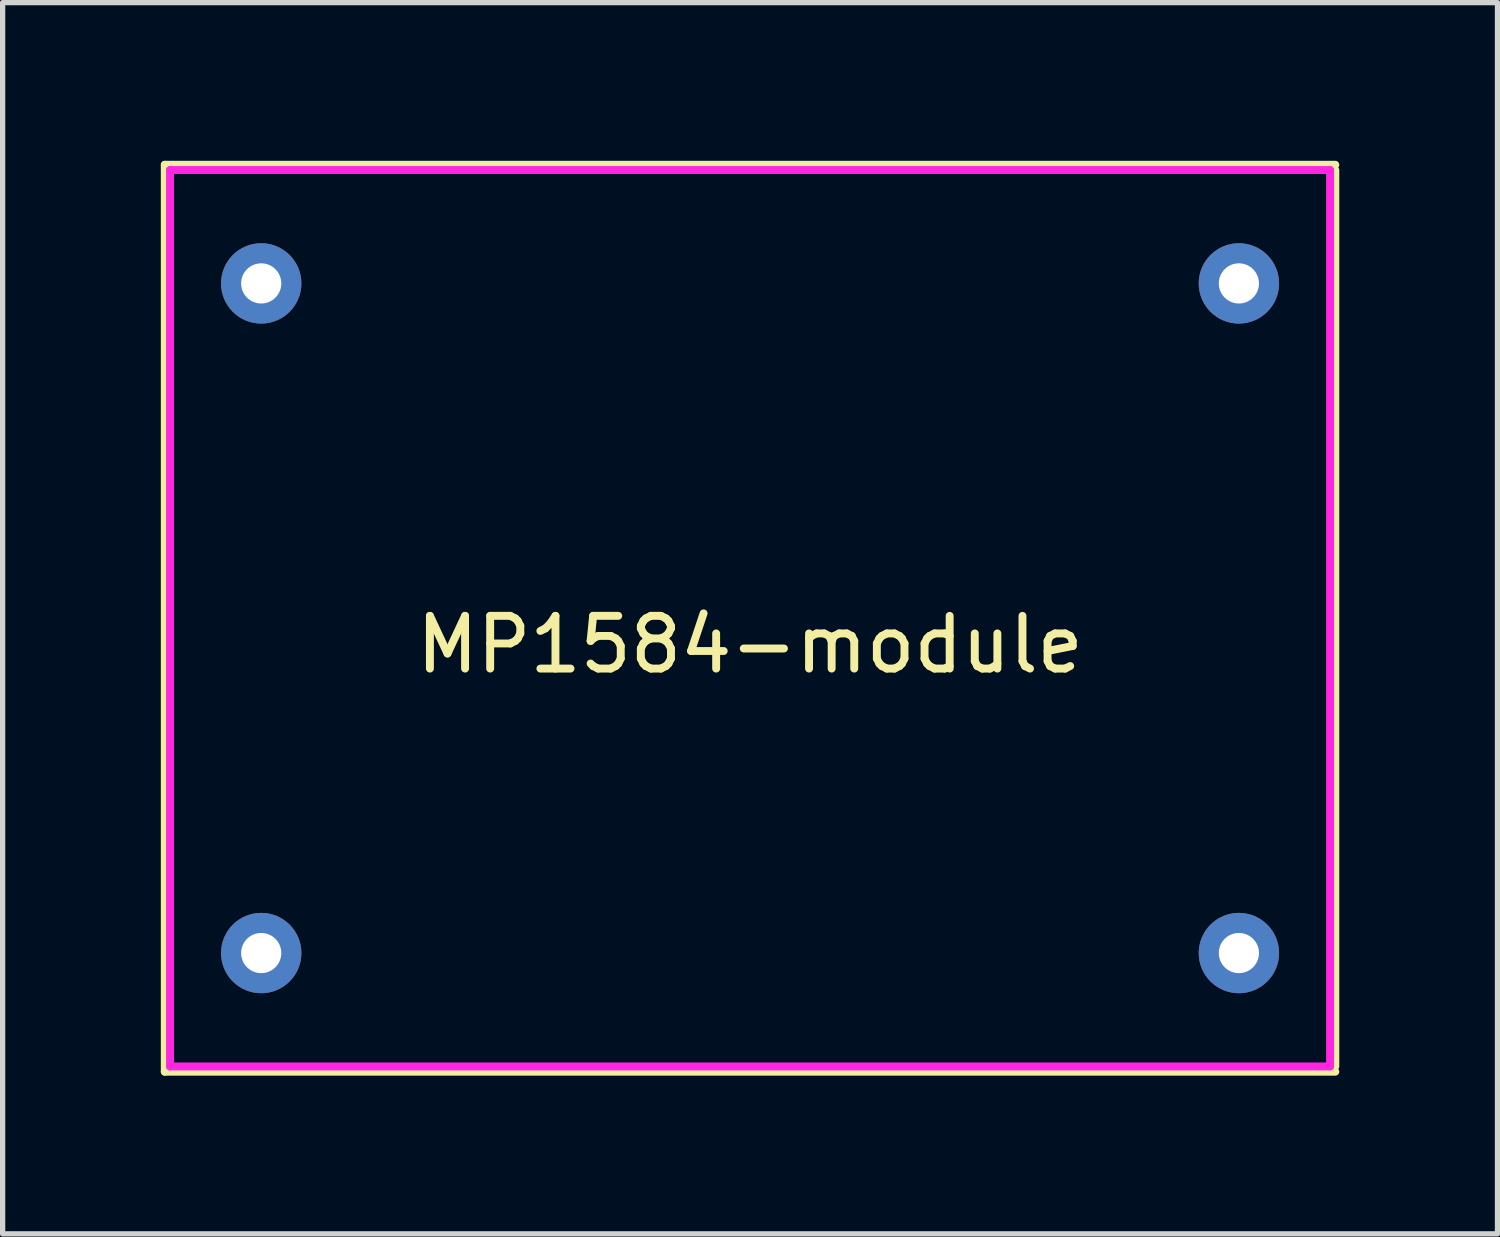
<source format=kicad_pcb>
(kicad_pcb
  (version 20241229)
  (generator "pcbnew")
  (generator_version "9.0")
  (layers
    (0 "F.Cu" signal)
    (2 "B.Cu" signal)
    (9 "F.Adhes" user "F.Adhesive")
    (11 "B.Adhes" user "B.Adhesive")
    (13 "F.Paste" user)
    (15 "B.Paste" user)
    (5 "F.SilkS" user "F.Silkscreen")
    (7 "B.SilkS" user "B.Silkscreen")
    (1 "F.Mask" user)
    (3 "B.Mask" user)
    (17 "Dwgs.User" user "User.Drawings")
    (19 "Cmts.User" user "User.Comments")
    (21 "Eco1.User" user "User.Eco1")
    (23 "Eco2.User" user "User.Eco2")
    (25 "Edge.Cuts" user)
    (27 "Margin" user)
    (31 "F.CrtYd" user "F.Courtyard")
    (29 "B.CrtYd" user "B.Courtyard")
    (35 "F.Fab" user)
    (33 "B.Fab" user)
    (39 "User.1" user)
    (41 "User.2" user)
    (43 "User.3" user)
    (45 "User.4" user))
  (footprint "MP1584-module"
    (layer "F.Cu")
    (at 11.175 8.675)
    (property "Reference" "MP1584-module" (at 0 0.5 0) (layer "F.SilkS") (effects (font (size 1 1) (thickness 0.15))))
    (attr through_hole)
    (fp_line (start -11.1 -8.6) (end 11.1 -8.6) (stroke (width 0.15) (type solid)) (layer "F.SilkS"))
    (fp_line (start -11.1 8.6) (end -11.1 -8.6) (stroke (width 0.15) (type solid)) (layer "F.SilkS"))
    (fp_line (start 11.1 -8.5) (end 11.1 8.5) (stroke (width 0.15) (type solid)) (layer "F.SilkS"))
    (fp_line (start 11.1 8.6) (end -11.1 8.6) (stroke (width 0.15) (type solid)) (layer "F.SilkS"))
    (fp_line (start -11 -8.5) (end 11 -8.5) (stroke (width 0.15) (type solid)) (layer "F.CrtYd"))
    (fp_line (start -11 8.5) (end -11 -8.5) (stroke (width 0.15) (type solid)) (layer "F.CrtYd"))
    (fp_line (start 11 -8.5) (end 11 8.5) (stroke (width 0.15) (type solid)) (layer "F.CrtYd"))
    (fp_line (start 11 8.5) (end -11 8.5) (stroke (width 0.15) (type solid)) (layer "F.CrtYd"))
    (pad "IN+" thru_hole circle (at -9.271 6.35) (size 1.524 1.524) (drill 0.762) (layers "*.Cu" "*.Mask"))
    (pad "IN-" thru_hole circle (at -9.271 -6.35) (size 1.524 1.524) (drill 0.762) (layers "*.Cu" "*.Mask"))
    (pad "OUT+" thru_hole circle (at 9.271 6.35) (size 1.524 1.524) (drill 0.762) (layers "*.Cu" "*.Mask"))
    (pad "OUT-" thru_hole circle (at 9.271 -6.35) (size 1.524 1.524) (drill 0.762) (layers "*.Cu" "*.Mask")))
  (gr_rect
    (start -3 -3)
    (end 25.35 20.35)
    (stroke (width 0.1) (type default))
    (fill no)
    (layer "Edge.Cuts")))
</source>
